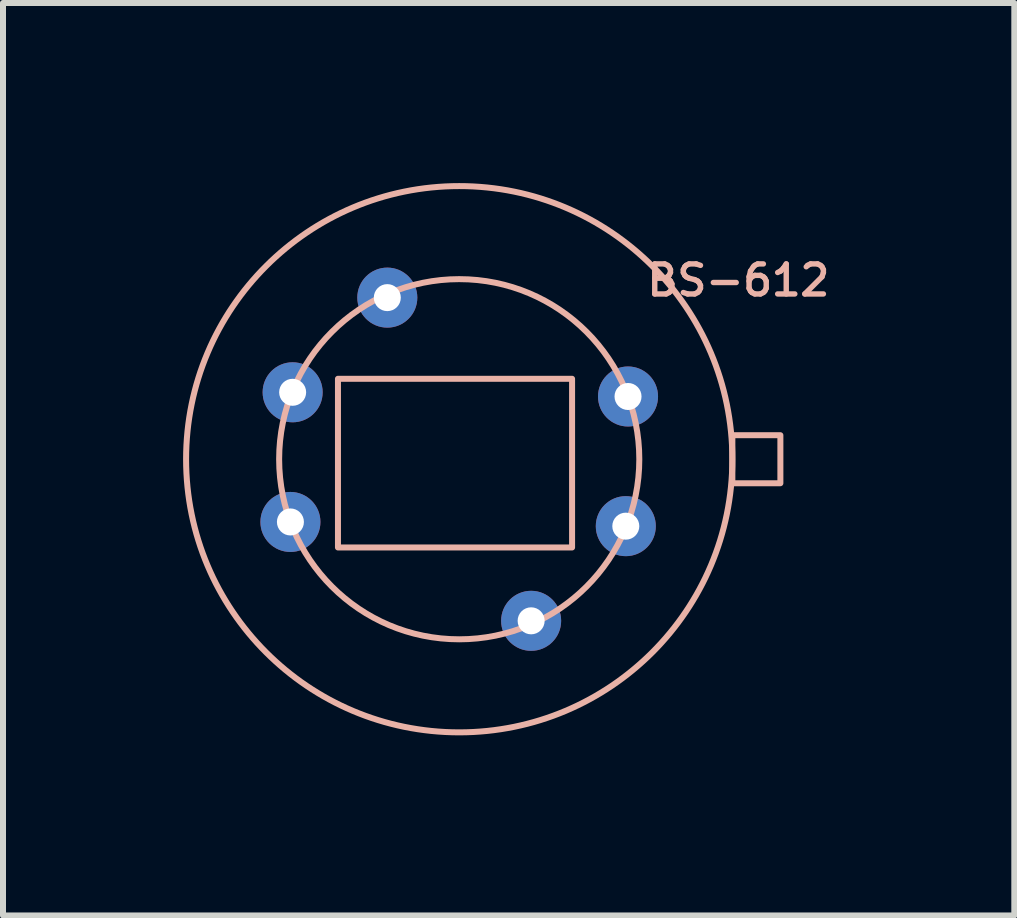
<source format=kicad_pcb>
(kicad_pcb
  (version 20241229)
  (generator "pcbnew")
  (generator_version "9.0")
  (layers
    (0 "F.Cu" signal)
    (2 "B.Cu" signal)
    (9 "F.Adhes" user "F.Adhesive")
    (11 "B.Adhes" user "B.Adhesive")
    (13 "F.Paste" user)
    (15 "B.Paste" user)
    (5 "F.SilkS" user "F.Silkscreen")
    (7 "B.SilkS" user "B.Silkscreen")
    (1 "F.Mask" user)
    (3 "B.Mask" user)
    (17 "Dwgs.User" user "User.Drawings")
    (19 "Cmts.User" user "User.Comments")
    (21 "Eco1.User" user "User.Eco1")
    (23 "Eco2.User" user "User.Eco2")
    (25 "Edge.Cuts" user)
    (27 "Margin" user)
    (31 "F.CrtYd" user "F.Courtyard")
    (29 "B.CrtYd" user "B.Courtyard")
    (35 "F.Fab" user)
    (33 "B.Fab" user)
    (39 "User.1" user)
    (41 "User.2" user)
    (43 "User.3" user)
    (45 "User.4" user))
  (footprint "BS-612"
    (layer "F.Cu")
    (at 4.6 4.6)
    (property "Reference" "BS-612" (at 4.65 -2.98 180) (layer "B.SilkS") (effects (font (size 0.5 0.5) (thickness 0.09) (bold yes))))
    (attr through_hole)
    (fp_rect (start 4.55 -0.4) (end 5.35 0.4) (stroke (width 0.1) (type solid)) (fill no) (layer "B.SilkS"))
    (fp_circle (center 0 0) (end 3 0) (stroke (width 0.1) (type solid)) (fill no) (layer "B.SilkS"))
    (fp_circle (center 0 0) (end 4.55 0) (stroke (width 0.1) (type solid)) (fill no) (layer "B.SilkS"))
    (fp_poly (pts (xy -2.02 -1.34) (xy 1.88 -1.34) (xy 1.88 1.47) (xy -2.02 1.47)) (stroke (width 0.1) (type solid)) (fill no) (layer "B.SilkS"))
    (pad "1" thru_hole circle (at 2.812 -1.045 45) (size 1 1) (drill 0.45) (layers "*.Cu" "*.Mask"))
    (pad "2" thru_hole circle (at 2.775 1.115 45) (size 1 1) (drill 0.45) (layers "*.Cu" "*.Mask"))
    (pad "3" thru_hole circle (at 1.198 2.692 270) (size 1 1) (drill 0.45) (layers "*.Cu" "*.Mask"))
    (pad "4" thru_hole circle (at -2.812 1.045 225) (size 1 1) (drill 0.45) (layers "*.Cu" "*.Mask"))
    (pad "5" thru_hole circle (at -2.775 -1.115 225) (size 1 1) (drill 0.45) (layers "*.Cu" "*.Mask"))
    (pad "6" thru_hole circle (at -1.198 -2.692 90) (size 1 1) (drill 0.45) (layers "*.Cu" "*.Mask")))
  (gr_rect
    (start -3 -3)
    (end 13.847 12.2)
    (stroke (width 0.1) (type default))
    (fill no)
    (layer "Edge.Cuts")))
</source>
